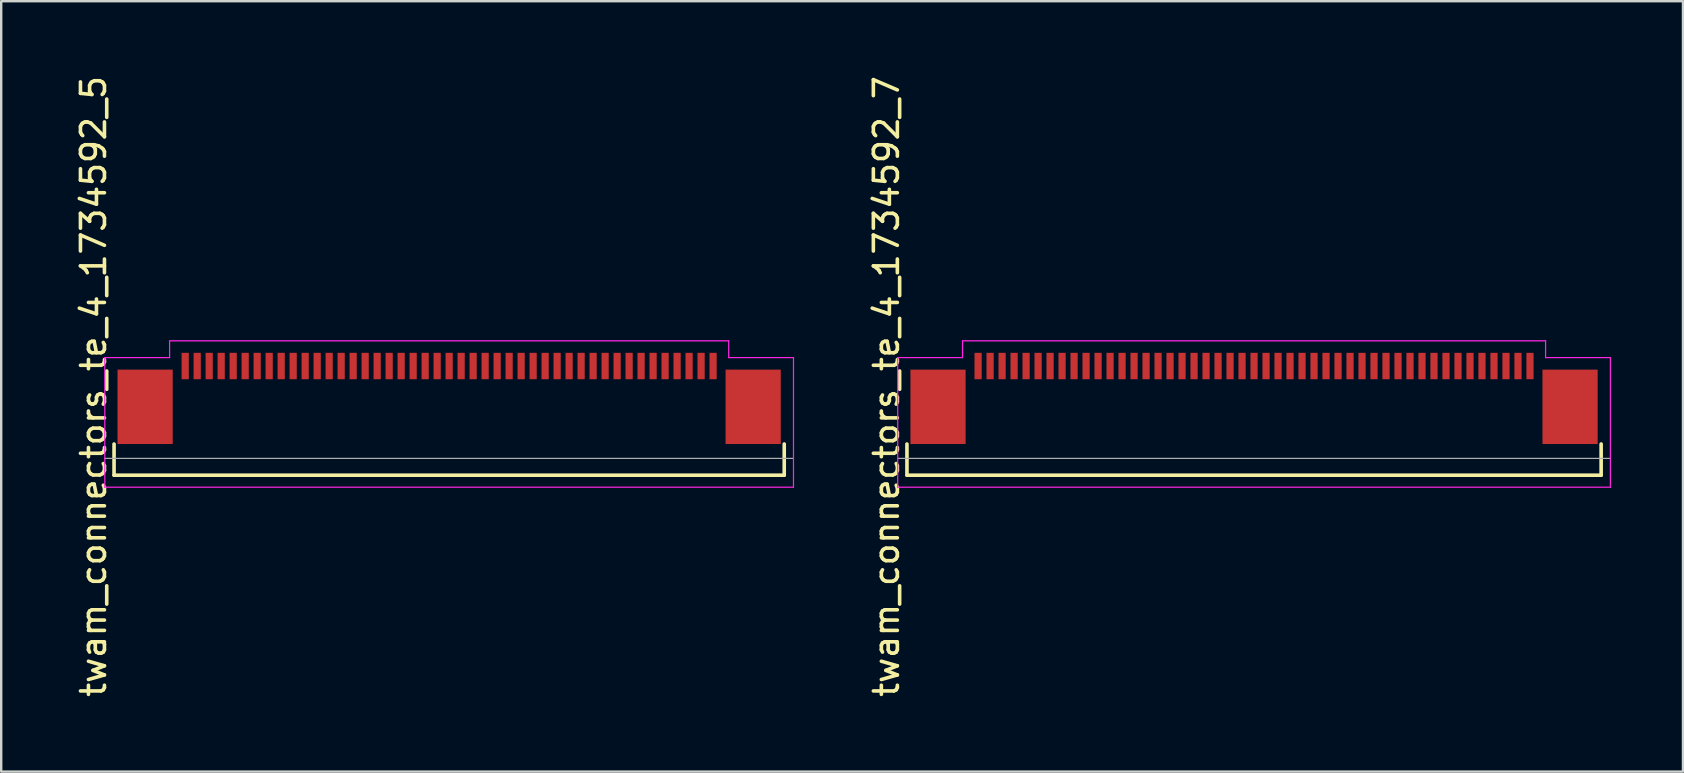
<source format=kicad_pcb>
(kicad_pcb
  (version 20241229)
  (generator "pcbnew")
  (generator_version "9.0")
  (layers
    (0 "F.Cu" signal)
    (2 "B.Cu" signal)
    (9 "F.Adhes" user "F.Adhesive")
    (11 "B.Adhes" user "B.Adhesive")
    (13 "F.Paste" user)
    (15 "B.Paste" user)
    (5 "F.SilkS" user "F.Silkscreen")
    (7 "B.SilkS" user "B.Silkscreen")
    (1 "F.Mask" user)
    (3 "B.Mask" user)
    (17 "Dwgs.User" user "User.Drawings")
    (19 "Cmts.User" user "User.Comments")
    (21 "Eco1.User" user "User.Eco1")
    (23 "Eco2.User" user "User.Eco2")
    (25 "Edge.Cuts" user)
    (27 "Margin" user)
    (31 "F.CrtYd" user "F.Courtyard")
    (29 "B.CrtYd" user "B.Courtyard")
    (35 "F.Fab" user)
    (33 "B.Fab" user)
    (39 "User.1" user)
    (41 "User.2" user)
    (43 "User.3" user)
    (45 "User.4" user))
  (footprint "twam_connectors_te_4_1734592_5"
    (layer "F.Cu")
    (at 15.668 13.054)
    (property "Reference" "twam_connectors_te_4_1734592_5" (at -14.82 0 270) (layer "F.SilkS") (effects (font (size 1 1) (thickness 0.15))))
    (attr smd)
    (fp_line (start -13.965 2.4) (end -13.965 3.7) (stroke (width 0.15) (type solid)) (layer "F.SilkS"))
    (fp_line (start -13.965 3.7) (end 13.965 3.7) (stroke (width 0.15) (type solid)) (layer "F.SilkS"))
    (fp_line (start 13.965 2.4) (end 13.965 3.7) (stroke (width 0.15) (type solid)) (layer "F.SilkS"))
    (fp_line (start -14.35 -1.2) (end -14.35 4.2) (stroke (width 0.05) (type solid)) (layer "F.CrtYd"))
    (fp_line (start -14.35 -1.2) (end -11.65 -1.2) (stroke (width 0.05) (type solid)) (layer "F.CrtYd"))
    (fp_line (start -14.35 4.2) (end 14.35 4.2) (stroke (width 0.05) (type solid)) (layer "F.CrtYd"))
    (fp_line (start -11.65 -1.9) (end -11.65 -1.2) (stroke (width 0.05) (type solid)) (layer "F.CrtYd"))
    (fp_line (start -11.65 -1.9) (end 11.65 -1.9) (stroke (width 0.05) (type solid)) (layer "F.CrtYd"))
    (fp_line (start 11.65 -1.9) (end 11.65 -1.2) (stroke (width 0.05) (type solid)) (layer "F.CrtYd"))
    (fp_line (start 11.65 -1.2) (end 14.35 -1.2) (stroke (width 0.05) (type solid)) (layer "F.CrtYd"))
    (fp_line (start 14.35 -1.2) (end 14.35 4.2) (stroke (width 0.05) (type solid)) (layer "F.CrtYd"))
    (fp_line (start -14.35 3) (end 14.35 3) (stroke (width 0.05) (type solid)) (layer "F.Fab"))
    (pad "1" smd rect (at -11 -0.85) (size 0.3 1.1) (layers "F.Cu" "F.Mask" "F.Paste"))
    (pad "2" smd rect (at -10.5 -0.85) (size 0.3 1.1) (layers "F.Cu" "F.Mask" "F.Paste"))
    (pad "3" smd rect (at -10 -0.85) (size 0.3 1.1) (layers "F.Cu" "F.Mask" "F.Paste"))
    (pad "4" smd rect (at -9.5 -0.85) (size 0.3 1.1) (layers "F.Cu" "F.Mask" "F.Paste"))
    (pad "5" smd rect (at -9 -0.85) (size 0.3 1.1) (layers "F.Cu" "F.Mask" "F.Paste"))
    (pad "6" smd rect (at -8.5 -0.85) (size 0.3 1.1) (layers "F.Cu" "F.Mask" "F.Paste"))
    (pad "7" smd rect (at -8 -0.85) (size 0.3 1.1) (layers "F.Cu" "F.Mask" "F.Paste"))
    (pad "8" smd rect (at -7.5 -0.85) (size 0.3 1.1) (layers "F.Cu" "F.Mask" "F.Paste"))
    (pad "9" smd rect (at -7 -0.85) (size 0.3 1.1) (layers "F.Cu" "F.Mask" "F.Paste"))
    (pad "10" smd rect (at -6.5 -0.85) (size 0.3 1.1) (layers "F.Cu" "F.Mask" "F.Paste"))
    (pad "11" smd rect (at -6 -0.85) (size 0.3 1.1) (layers "F.Cu" "F.Mask" "F.Paste"))
    (pad "12" smd rect (at -5.5 -0.85) (size 0.3 1.1) (layers "F.Cu" "F.Mask" "F.Paste"))
    (pad "13" smd rect (at -5 -0.85) (size 0.3 1.1) (layers "F.Cu" "F.Mask" "F.Paste"))
    (pad "14" smd rect (at -4.5 -0.85) (size 0.3 1.1) (layers "F.Cu" "F.Mask" "F.Paste"))
    (pad "15" smd rect (at -4 -0.85) (size 0.3 1.1) (layers "F.Cu" "F.Mask" "F.Paste"))
    (pad "16" smd rect (at -3.5 -0.85) (size 0.3 1.1) (layers "F.Cu" "F.Mask" "F.Paste"))
    (pad "17" smd rect (at -3 -0.85) (size 0.3 1.1) (layers "F.Cu" "F.Mask" "F.Paste"))
    (pad "18" smd rect (at -2.5 -0.85) (size 0.3 1.1) (layers "F.Cu" "F.Mask" "F.Paste"))
    (pad "19" smd rect (at -2 -0.85) (size 0.3 1.1) (layers "F.Cu" "F.Mask" "F.Paste"))
    (pad "20" smd rect (at -1.5 -0.85) (size 0.3 1.1) (layers "F.Cu" "F.Mask" "F.Paste"))
    (pad "21" smd rect (at -1 -0.85) (size 0.3 1.1) (layers "F.Cu" "F.Mask" "F.Paste"))
    (pad "22" smd rect (at -0.5 -0.85) (size 0.3 1.1) (layers "F.Cu" "F.Mask" "F.Paste"))
    (pad "23" smd rect (at 0 -0.85) (size 0.3 1.1) (layers "F.Cu" "F.Mask" "F.Paste"))
    (pad "24" smd rect (at 0.5 -0.85) (size 0.3 1.1) (layers "F.Cu" "F.Mask" "F.Paste"))
    (pad "25" smd rect (at 1 -0.85) (size 0.3 1.1) (layers "F.Cu" "F.Mask" "F.Paste"))
    (pad "26" smd rect (at 1.5 -0.85) (size 0.3 1.1) (layers "F.Cu" "F.Mask" "F.Paste"))
    (pad "27" smd rect (at 2 -0.85) (size 0.3 1.1) (layers "F.Cu" "F.Mask" "F.Paste"))
    (pad "28" smd rect (at 2.5 -0.85) (size 0.3 1.1) (layers "F.Cu" "F.Mask" "F.Paste"))
    (pad "29" smd rect (at 3 -0.85) (size 0.3 1.1) (layers "F.Cu" "F.Mask" "F.Paste"))
    (pad "30" smd rect (at 3.5 -0.85) (size 0.3 1.1) (layers "F.Cu" "F.Mask" "F.Paste"))
    (pad "31" smd rect (at 4 -0.85) (size 0.3 1.1) (layers "F.Cu" "F.Mask" "F.Paste"))
    (pad "32" smd rect (at 4.5 -0.85) (size 0.3 1.1) (layers "F.Cu" "F.Mask" "F.Paste"))
    (pad "33" smd rect (at 5 -0.85) (size 0.3 1.1) (layers "F.Cu" "F.Mask" "F.Paste"))
    (pad "34" smd rect (at 5.5 -0.85) (size 0.3 1.1) (layers "F.Cu" "F.Mask" "F.Paste"))
    (pad "35" smd rect (at 6 -0.85) (size 0.3 1.1) (layers "F.Cu" "F.Mask" "F.Paste"))
    (pad "36" smd rect (at 6.5 -0.85) (size 0.3 1.1) (layers "F.Cu" "F.Mask" "F.Paste"))
    (pad "37" smd rect (at 7 -0.85) (size 0.3 1.1) (layers "F.Cu" "F.Mask" "F.Paste"))
    (pad "38" smd rect (at 7.5 -0.85) (size 0.3 1.1) (layers "F.Cu" "F.Mask" "F.Paste"))
    (pad "39" smd rect (at 8 -0.85) (size 0.3 1.1) (layers "F.Cu" "F.Mask" "F.Paste"))
    (pad "40" smd rect (at 8.5 -0.85) (size 0.3 1.1) (layers "F.Cu" "F.Mask" "F.Paste"))
    (pad "41" smd rect (at 9 -0.85) (size 0.3 1.1) (layers "F.Cu" "F.Mask" "F.Paste"))
    (pad "42" smd rect (at 9.5 -0.85) (size 0.3 1.1) (layers "F.Cu" "F.Mask" "F.Paste"))
    (pad "43" smd rect (at 10 -0.85) (size 0.3 1.1) (layers "F.Cu" "F.Mask" "F.Paste"))
    (pad "44" smd rect (at 10.5 -0.85) (size 0.3 1.1) (layers "F.Cu" "F.Mask" "F.Paste"))
    (pad "45" smd rect (at 11 -0.85) (size 0.3 1.1) (layers "F.Cu" "F.Mask" "F.Paste"))
    (pad "F1" smd rect (at -12.67 0.85) (size 2.3 3.1) (layers "F.Cu" "F.Mask" "F.Paste"))
    (pad "F2" smd rect (at 12.67 0.85) (size 2.3 3.1) (layers "F.Cu" "F.Mask" "F.Paste")))
  (footprint "twam_connectors_te_4_1734592_7"
    (layer "F.Cu")
    (at 49.212 13.054)
    (property "Reference" "twam_connectors_te_4_1734592_7" (at -15.32 0 270) (layer "F.SilkS") (effects (font (size 1 1) (thickness 0.15))))
    (attr smd)
    (fp_line (start -14.465 2.4) (end -14.465 3.7) (stroke (width 0.15) (type solid)) (layer "F.SilkS"))
    (fp_line (start -14.465 3.7) (end 14.465 3.7) (stroke (width 0.15) (type solid)) (layer "F.SilkS"))
    (fp_line (start 14.465 2.4) (end 14.465 3.7) (stroke (width 0.15) (type solid)) (layer "F.SilkS"))
    (fp_line (start -14.85 -1.2) (end -14.85 4.2) (stroke (width 0.05) (type solid)) (layer "F.CrtYd"))
    (fp_line (start -14.85 -1.2) (end -12.15 -1.2) (stroke (width 0.05) (type solid)) (layer "F.CrtYd"))
    (fp_line (start -14.85 4.2) (end 14.85 4.2) (stroke (width 0.05) (type solid)) (layer "F.CrtYd"))
    (fp_line (start -12.15 -1.9) (end -12.15 -1.2) (stroke (width 0.05) (type solid)) (layer "F.CrtYd"))
    (fp_line (start -12.15 -1.9) (end 12.15 -1.9) (stroke (width 0.05) (type solid)) (layer "F.CrtYd"))
    (fp_line (start 12.15 -1.9) (end 12.15 -1.2) (stroke (width 0.05) (type solid)) (layer "F.CrtYd"))
    (fp_line (start 12.15 -1.2) (end 14.85 -1.2) (stroke (width 0.05) (type solid)) (layer "F.CrtYd"))
    (fp_line (start 14.85 -1.2) (end 14.85 4.2) (stroke (width 0.05) (type solid)) (layer "F.CrtYd"))
    (fp_line (start -14.85 3) (end 14.85 3) (stroke (width 0.05) (type solid)) (layer "F.Fab"))
    (pad "1" smd rect (at -11.5 -0.85) (size 0.3 1.1) (layers "F.Cu" "F.Mask" "F.Paste"))
    (pad "2" smd rect (at -11 -0.85) (size 0.3 1.1) (layers "F.Cu" "F.Mask" "F.Paste"))
    (pad "3" smd rect (at -10.5 -0.85) (size 0.3 1.1) (layers "F.Cu" "F.Mask" "F.Paste"))
    (pad "4" smd rect (at -10 -0.85) (size 0.3 1.1) (layers "F.Cu" "F.Mask" "F.Paste"))
    (pad "5" smd rect (at -9.5 -0.85) (size 0.3 1.1) (layers "F.Cu" "F.Mask" "F.Paste"))
    (pad "6" smd rect (at -9 -0.85) (size 0.3 1.1) (layers "F.Cu" "F.Mask" "F.Paste"))
    (pad "7" smd rect (at -8.5 -0.85) (size 0.3 1.1) (layers "F.Cu" "F.Mask" "F.Paste"))
    (pad "8" smd rect (at -8 -0.85) (size 0.3 1.1) (layers "F.Cu" "F.Mask" "F.Paste"))
    (pad "9" smd rect (at -7.5 -0.85) (size 0.3 1.1) (layers "F.Cu" "F.Mask" "F.Paste"))
    (pad "10" smd rect (at -7 -0.85) (size 0.3 1.1) (layers "F.Cu" "F.Mask" "F.Paste"))
    (pad "11" smd rect (at -6.5 -0.85) (size 0.3 1.1) (layers "F.Cu" "F.Mask" "F.Paste"))
    (pad "12" smd rect (at -6 -0.85) (size 0.3 1.1) (layers "F.Cu" "F.Mask" "F.Paste"))
    (pad "13" smd rect (at -5.5 -0.85) (size 0.3 1.1) (layers "F.Cu" "F.Mask" "F.Paste"))
    (pad "14" smd rect (at -5 -0.85) (size 0.3 1.1) (layers "F.Cu" "F.Mask" "F.Paste"))
    (pad "15" smd rect (at -4.5 -0.85) (size 0.3 1.1) (layers "F.Cu" "F.Mask" "F.Paste"))
    (pad "16" smd rect (at -4 -0.85) (size 0.3 1.1) (layers "F.Cu" "F.Mask" "F.Paste"))
    (pad "17" smd rect (at -3.5 -0.85) (size 0.3 1.1) (layers "F.Cu" "F.Mask" "F.Paste"))
    (pad "18" smd rect (at -3 -0.85) (size 0.3 1.1) (layers "F.Cu" "F.Mask" "F.Paste"))
    (pad "19" smd rect (at -2.5 -0.85) (size 0.3 1.1) (layers "F.Cu" "F.Mask" "F.Paste"))
    (pad "20" smd rect (at -2 -0.85) (size 0.3 1.1) (layers "F.Cu" "F.Mask" "F.Paste"))
    (pad "21" smd rect (at -1.5 -0.85) (size 0.3 1.1) (layers "F.Cu" "F.Mask" "F.Paste"))
    (pad "22" smd rect (at -1 -0.85) (size 0.3 1.1) (layers "F.Cu" "F.Mask" "F.Paste"))
    (pad "23" smd rect (at -0.5 -0.85) (size 0.3 1.1) (layers "F.Cu" "F.Mask" "F.Paste"))
    (pad "24" smd rect (at 0 -0.85) (size 0.3 1.1) (layers "F.Cu" "F.Mask" "F.Paste"))
    (pad "25" smd rect (at 0.5 -0.85) (size 0.3 1.1) (layers "F.Cu" "F.Mask" "F.Paste"))
    (pad "26" smd rect (at 1 -0.85) (size 0.3 1.1) (layers "F.Cu" "F.Mask" "F.Paste"))
    (pad "27" smd rect (at 1.5 -0.85) (size 0.3 1.1) (layers "F.Cu" "F.Mask" "F.Paste"))
    (pad "28" smd rect (at 2 -0.85) (size 0.3 1.1) (layers "F.Cu" "F.Mask" "F.Paste"))
    (pad "29" smd rect (at 2.5 -0.85) (size 0.3 1.1) (layers "F.Cu" "F.Mask" "F.Paste"))
    (pad "30" smd rect (at 3 -0.85) (size 0.3 1.1) (layers "F.Cu" "F.Mask" "F.Paste"))
    (pad "31" smd rect (at 3.5 -0.85) (size 0.3 1.1) (layers "F.Cu" "F.Mask" "F.Paste"))
    (pad "32" smd rect (at 4 -0.85) (size 0.3 1.1) (layers "F.Cu" "F.Mask" "F.Paste"))
    (pad "33" smd rect (at 4.5 -0.85) (size 0.3 1.1) (layers "F.Cu" "F.Mask" "F.Paste"))
    (pad "34" smd rect (at 5 -0.85) (size 0.3 1.1) (layers "F.Cu" "F.Mask" "F.Paste"))
    (pad "35" smd rect (at 5.5 -0.85) (size 0.3 1.1) (layers "F.Cu" "F.Mask" "F.Paste"))
    (pad "36" smd rect (at 6 -0.85) (size 0.3 1.1) (layers "F.Cu" "F.Mask" "F.Paste"))
    (pad "37" smd rect (at 6.5 -0.85) (size 0.3 1.1) (layers "F.Cu" "F.Mask" "F.Paste"))
    (pad "38" smd rect (at 7 -0.85) (size 0.3 1.1) (layers "F.Cu" "F.Mask" "F.Paste"))
    (pad "39" smd rect (at 7.5 -0.85) (size 0.3 1.1) (layers "F.Cu" "F.Mask" "F.Paste"))
    (pad "40" smd rect (at 8 -0.85) (size 0.3 1.1) (layers "F.Cu" "F.Mask" "F.Paste"))
    (pad "41" smd rect (at 8.5 -0.85) (size 0.3 1.1) (layers "F.Cu" "F.Mask" "F.Paste"))
    (pad "42" smd rect (at 9 -0.85) (size 0.3 1.1) (layers "F.Cu" "F.Mask" "F.Paste"))
    (pad "43" smd rect (at 9.5 -0.85) (size 0.3 1.1) (layers "F.Cu" "F.Mask" "F.Paste"))
    (pad "44" smd rect (at 10 -0.85) (size 0.3 1.1) (layers "F.Cu" "F.Mask" "F.Paste"))
    (pad "45" smd rect (at 10.5 -0.85) (size 0.3 1.1) (layers "F.Cu" "F.Mask" "F.Paste"))
    (pad "46" smd rect (at 11 -0.85) (size 0.3 1.1) (layers "F.Cu" "F.Mask" "F.Paste"))
    (pad "47" smd rect (at 11.5 -0.85) (size 0.3 1.1) (layers "F.Cu" "F.Mask" "F.Paste"))
    (pad "F1" smd rect (at -13.17 0.85) (size 2.3 3.1) (layers "F.Cu" "F.Mask" "F.Paste"))
    (pad "F2" smd rect (at 13.17 0.85) (size 2.3 3.1) (layers "F.Cu" "F.Mask" "F.Paste")))
  (gr_rect
    (start -3 -3)
    (end 67.087 29.107)
    (stroke (width 0.1) (type default))
    (fill no)
    (layer "Edge.Cuts")))
</source>
